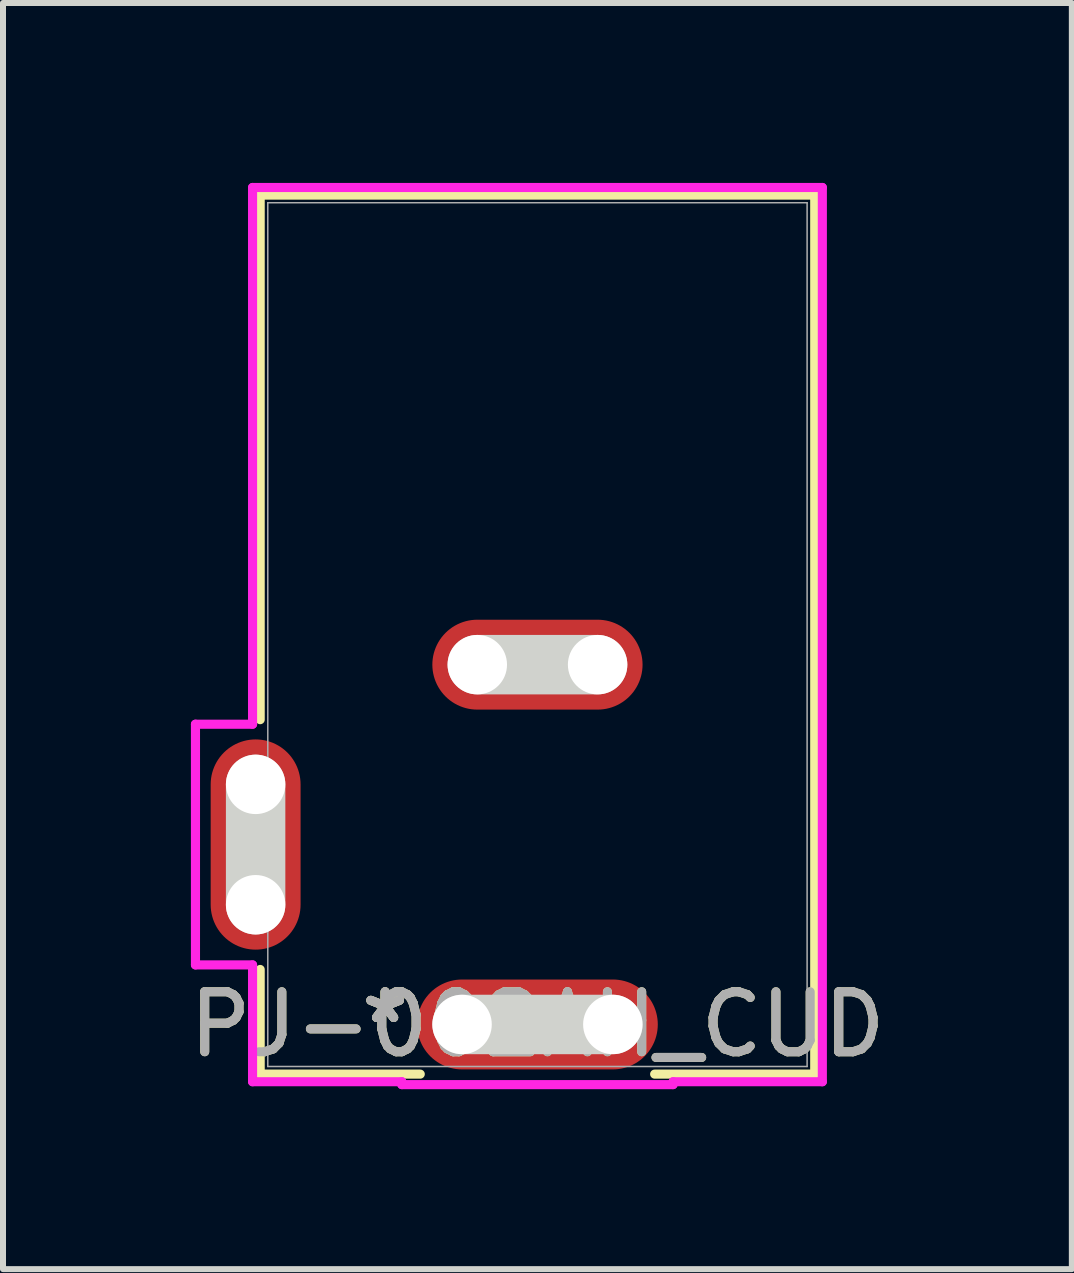
<source format=kicad_pcb>
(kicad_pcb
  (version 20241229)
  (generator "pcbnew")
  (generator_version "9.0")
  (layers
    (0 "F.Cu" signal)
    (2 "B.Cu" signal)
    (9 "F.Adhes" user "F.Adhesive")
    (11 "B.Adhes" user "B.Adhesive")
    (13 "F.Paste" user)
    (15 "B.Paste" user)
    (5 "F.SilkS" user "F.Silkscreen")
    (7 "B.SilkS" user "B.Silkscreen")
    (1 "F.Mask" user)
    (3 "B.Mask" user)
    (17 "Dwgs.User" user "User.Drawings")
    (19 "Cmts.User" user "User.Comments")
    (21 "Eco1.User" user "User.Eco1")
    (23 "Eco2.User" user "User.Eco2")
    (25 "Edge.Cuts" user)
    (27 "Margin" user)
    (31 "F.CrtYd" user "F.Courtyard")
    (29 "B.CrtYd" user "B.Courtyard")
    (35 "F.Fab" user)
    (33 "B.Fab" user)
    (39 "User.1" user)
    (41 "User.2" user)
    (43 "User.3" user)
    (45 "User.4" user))
  (footprint "PJ-002AH_CUD"
    (layer "F.Cu")
    (at 5.911 14.031)
    (property "Reference" "PJ-002AH_CUD" (at 0 0 0) (unlocked yes) (layer "F.SilkS") (effects (font (size 1 1) (thickness 0.15))))
    (attr smd)
    (fp_line (start -4.623 -13.828) (end -4.623 -5.082) (stroke (width 0.152) (type solid)) (layer "F.SilkS"))
    (fp_line (start -4.623 -0.917) (end -4.623 0.828) (stroke (width 0.152) (type solid)) (layer "F.SilkS"))
    (fp_line (start -4.623 0.828) (end -1.954 0.828) (stroke (width 0.152) (type solid)) (layer "F.SilkS"))
    (fp_line (start 1.954 0.828) (end 4.623 0.828) (stroke (width 0.152) (type solid)) (layer "F.SilkS"))
    (fp_line (start 4.623 -13.828) (end -4.623 -13.828) (stroke (width 0.152) (type solid)) (layer "F.SilkS"))
    (fp_line (start 4.623 0.828) (end 4.623 -13.828) (stroke (width 0.152) (type solid)) (layer "F.SilkS"))
    (fp_line (start -4.699 -1.996) (end -4.699 -4.003) (stroke (width 0.991) (type solid)) (layer "Edge.Cuts"))
    (fp_line (start -1.257 0) (end 1.257 0) (stroke (width 0.991) (type solid)) (layer "Edge.Cuts"))
    (fp_line (start -1.003 -5.999) (end 1.003 -5.999) (stroke (width 0.991) (type solid)) (layer "Edge.Cuts"))
    (fp_line (start -5.702 -5.006) (end -5.702 -0.993) (stroke (width 0.152) (type solid)) (layer "F.CrtYd"))
    (fp_line (start -5.702 -0.993) (end -4.75 -0.993) (stroke (width 0.152) (type solid)) (layer "F.CrtYd"))
    (fp_line (start -4.75 -13.955) (end -4.75 -5.006) (stroke (width 0.152) (type solid)) (layer "F.CrtYd"))
    (fp_line (start -4.75 -5.006) (end -5.702 -5.006) (stroke (width 0.152) (type solid)) (layer "F.CrtYd"))
    (fp_line (start -4.75 -0.993) (end -4.75 0.955) (stroke (width 0.152) (type solid)) (layer "F.CrtYd"))
    (fp_line (start -4.75 0.955) (end -2.261 0.955) (stroke (width 0.152) (type solid)) (layer "F.CrtYd"))
    (fp_line (start -2.261 0.955) (end -2.261 1.003) (stroke (width 0.152) (type solid)) (layer "F.CrtYd"))
    (fp_line (start -2.261 1.003) (end 2.261 1.003) (stroke (width 0.152) (type solid)) (layer "F.CrtYd"))
    (fp_line (start 2.261 0.955) (end 4.75 0.955) (stroke (width 0.152) (type solid)) (layer "F.CrtYd"))
    (fp_line (start 2.261 1.003) (end 2.261 0.955) (stroke (width 0.152) (type solid)) (layer "F.CrtYd"))
    (fp_line (start 4.75 -13.955) (end -4.75 -13.955) (stroke (width 0.152) (type solid)) (layer "F.CrtYd"))
    (fp_line (start 4.75 0.955) (end 4.75 -13.955) (stroke (width 0.152) (type solid)) (layer "F.CrtYd"))
    (fp_line (start -4.902 -4.244) (end -4.496 -4.244) (stroke (width 0.025) (type solid)) (layer "F.Fab"))
    (fp_line (start -4.902 -1.755) (end -4.902 -4.244) (stroke (width 0.025) (type solid)) (layer "F.Fab"))
    (fp_line (start -4.902 -1.755) (end -4.496 -1.755) (stroke (width 0.025) (type solid)) (layer "F.Fab"))
    (fp_line (start -4.496 -13.701) (end -4.496 0.701) (stroke (width 0.025) (type solid)) (layer "F.Fab"))
    (fp_line (start -4.496 0.701) (end 4.496 0.701) (stroke (width 0.025) (type solid)) (layer "F.Fab"))
    (fp_line (start 4.496 -13.701) (end -4.496 -13.701) (stroke (width 0.025) (type solid)) (layer "F.Fab"))
    (fp_line (start 4.496 0.701) (end 4.496 -13.701) (stroke (width 0.025) (type solid)) (layer "F.Fab"))
    (fp_text user "*" (at -2.54 0 0) (unlocked yes) (layer "F.SilkS") (effects (font (size 1 1) (thickness 0.15))))
    (fp_text user "*" (at -2.54 0 0) (layer "F.SilkS") (effects (font (size 1 1) (thickness 0.15))))
    (fp_text user "*" (at -2.54 0 0) (unlocked yes) (layer "F.Fab") (effects (font (size 1 1) (thickness 0.15))))
    (fp_text user "${REFERENCE}" (at 0 0 0) (unlocked yes) (layer "F.Fab") (effects (font (size 1 1) (thickness 0.15))))
    (fp_text user "*" (at -2.54 0 0) (layer "F.Fab") (effects (font (size 1 1) (thickness 0.15))))
    (pad "" np_thru_hole circle (at -4.699 -4.003) (size 0.991 0.991) (drill 0.991) (layers "*.Cu" "*.Mask"))
    (pad "" np_thru_hole circle (at -4.699 -1.996) (size 0.991 0.991) (drill 0.991) (layers "*.Cu" "*.Mask"))
    (pad "" np_thru_hole circle (at -1.257 0) (size 0.991 0.991) (drill 0.991) (layers "*.Cu" "*.Mask"))
    (pad "" np_thru_hole circle (at -1.003 -5.999) (size 0.991 0.991) (drill 0.991) (layers "*.Cu" "*.Mask"))
    (pad "" np_thru_hole circle (at 1.003 -5.999) (size 0.991 0.991) (drill 0.991) (layers "*.Cu" "*.Mask"))
    (pad "" np_thru_hole circle (at 1.257 0) (size 0.991 0.991) (drill 0.991) (layers "*.Cu" "*.Mask"))
    (pad "1" smd oval (at 0 0) (size 4.013 1.499) (layers "F.Cu" "F.Mask" "F.Paste"))
    (pad "2" smd oval (at 0 -5.999) (size 3.505 1.499) (layers "F.Cu" "F.Mask" "F.Paste"))
    (pad "3" smd oval (at -4.699 -3) (size 1.499 3.505) (layers "F.Cu" "F.Mask" "F.Paste")))
  (gr_rect
    (start -3 -3)
    (end 14.821 18.11)
    (stroke (width 0.1) (type default))
    (fill no)
    (layer "Edge.Cuts")))
</source>
